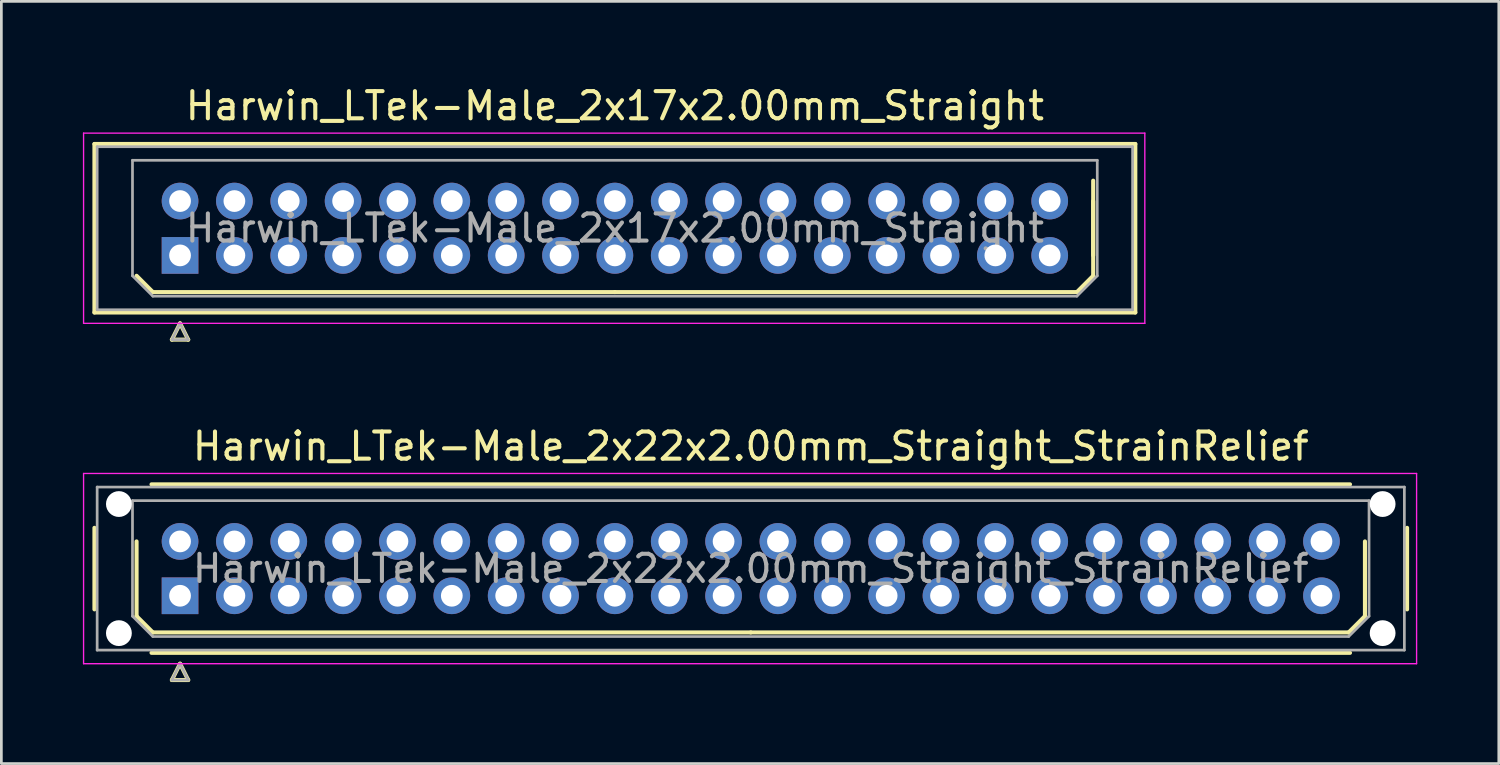
<source format=kicad_pcb>
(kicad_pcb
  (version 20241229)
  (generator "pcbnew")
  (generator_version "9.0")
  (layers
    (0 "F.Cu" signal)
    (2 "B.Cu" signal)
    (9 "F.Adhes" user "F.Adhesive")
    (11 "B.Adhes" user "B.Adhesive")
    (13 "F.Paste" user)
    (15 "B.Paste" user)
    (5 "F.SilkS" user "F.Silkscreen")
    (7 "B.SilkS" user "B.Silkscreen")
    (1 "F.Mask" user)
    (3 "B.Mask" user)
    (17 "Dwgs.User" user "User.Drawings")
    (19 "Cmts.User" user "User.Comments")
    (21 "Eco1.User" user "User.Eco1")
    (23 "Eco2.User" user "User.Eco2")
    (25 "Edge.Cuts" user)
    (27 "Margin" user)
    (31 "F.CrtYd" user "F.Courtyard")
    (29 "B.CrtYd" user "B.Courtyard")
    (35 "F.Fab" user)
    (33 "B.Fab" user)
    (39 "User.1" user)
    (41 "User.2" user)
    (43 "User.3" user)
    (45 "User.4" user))
  (footprint "Harwin_LTek-Male_2x22x2.00mm_Straight_StrainRelief"
    (layer "F.Cu")
    (at 3.575 18.872)
    (property "Reference" "Harwin_LTek-Male_2x22x2.00mm_Straight_StrainRelief" (at 21 -5.5 0) (layer "F.SilkS") (effects (font (size 1 1) (thickness 0.15))))
    (attr through_hole)
    (fp_line (start -3.15 -2.5) (end -3.15 0.5) (stroke (width 0.15) (type solid)) (layer "F.SilkS"))
    (fp_line (start -1.6 -2) (end -1.6 0.75) (stroke (width 0.15) (type solid)) (layer "F.SilkS"))
    (fp_line (start -1.6 0.75) (end -1 1.35) (stroke (width 0.15) (type solid)) (layer "F.SilkS"))
    (fp_line (start -1.05 -4.1) (end 43.05 -4.1) (stroke (width 0.15) (type solid)) (layer "F.SilkS"))
    (fp_line (start -1.05 2.1) (end 43.05 2.1) (stroke (width 0.15) (type solid)) (layer "F.SilkS"))
    (fp_line (start -1 1.35) (end 21 1.35) (stroke (width 0.15) (type solid)) (layer "F.SilkS"))
    (fp_line (start -0.3 3.1) (end 0.3 3.1) (stroke (width 0.15) (type solid)) (layer "F.SilkS"))
    (fp_line (start 0 2.5) (end -0.3 3.1) (stroke (width 0.15) (type solid)) (layer "F.SilkS"))
    (fp_line (start 0.3 3.1) (end 0 2.5) (stroke (width 0.15) (type solid)) (layer "F.SilkS"))
    (fp_line (start 43 1.35) (end 21 1.35) (stroke (width 0.15) (type solid)) (layer "F.SilkS"))
    (fp_line (start 43.6 -2) (end 43.6 0.75) (stroke (width 0.15) (type solid)) (layer "F.SilkS"))
    (fp_line (start 43.6 0.75) (end 43 1.35) (stroke (width 0.15) (type solid)) (layer "F.SilkS"))
    (fp_line (start 45.15 -2.5) (end 45.15 0.5) (stroke (width 0.15) (type solid)) (layer "F.SilkS"))
    (fp_line (start -3.55 -4.5) (end -3.55 2.5) (stroke (width 0.05) (type solid)) (layer "F.CrtYd"))
    (fp_line (start -3.55 2.5) (end 45.5 2.5) (stroke (width 0.05) (type solid)) (layer "F.CrtYd"))
    (fp_line (start 45.5 -4.5) (end -3.55 -4.5) (stroke (width 0.05) (type solid)) (layer "F.CrtYd"))
    (fp_line (start 45.5 2.5) (end 45.5 -4.5) (stroke (width 0.05) (type solid)) (layer "F.CrtYd"))
    (fp_line (start -3.05 -4) (end -3.05 2) (stroke (width 0.1) (type solid)) (layer "F.Fab"))
    (fp_line (start -3.05 2) (end 45.05 2) (stroke (width 0.1) (type solid)) (layer "F.Fab"))
    (fp_line (start -1.75 -3.5) (end 43.75 -3.5) (stroke (width 0.1) (type solid)) (layer "F.Fab"))
    (fp_line (start -1.75 0.75) (end -1.75 -3.5) (stroke (width 0.1) (type solid)) (layer "F.Fab"))
    (fp_line (start -1 1.5) (end -1.75 0.75) (stroke (width 0.1) (type solid)) (layer "F.Fab"))
    (fp_line (start -0.3 3.1) (end 0.3 3.1) (stroke (width 0.1) (type solid)) (layer "F.Fab"))
    (fp_line (start 0 2.5) (end -0.3 3.1) (stroke (width 0.1) (type solid)) (layer "F.Fab"))
    (fp_line (start 0.3 3.1) (end 0 2.5) (stroke (width 0.1) (type solid)) (layer "F.Fab"))
    (fp_line (start 43 1.5) (end -1 1.5) (stroke (width 0.1) (type solid)) (layer "F.Fab"))
    (fp_line (start 43.75 -3.5) (end 43.75 0.75) (stroke (width 0.1) (type solid)) (layer "F.Fab"))
    (fp_line (start 43.75 0.75) (end 43 1.5) (stroke (width 0.1) (type solid)) (layer "F.Fab"))
    (fp_line (start 45.05 -4) (end -3.05 -4) (stroke (width 0.1) (type solid)) (layer "F.Fab"))
    (fp_line (start 45.05 2) (end 45.05 -4) (stroke (width 0.1) (type solid)) (layer "F.Fab"))
    (fp_text user "${REFERENCE}" (at 21 -1 0) (layer "F.Fab") (effects (font (size 1 1) (thickness 0.15))))
    (pad "" np_thru_hole circle (at -2.25 -3.375) (size 0.95 0.95) (drill 0.95) (layers "*.Cu" "*.Mask"))
    (pad "" np_thru_hole circle (at -2.25 1.375) (size 0.95 0.95) (drill 0.95) (layers "*.Cu" "*.Mask"))
    (pad "" np_thru_hole circle (at 44.25 -3.375) (size 0.95 0.95) (drill 0.95) (layers "*.Cu" "*.Mask"))
    (pad "" np_thru_hole circle (at 44.25 1.375) (size 0.95 0.95) (drill 0.95) (layers "*.Cu" "*.Mask"))
    (pad "1" thru_hole rect (at 0 0) (size 1.35 1.35) (drill 0.8) (layers "*.Cu" "*.Mask"))
    (pad "2" thru_hole circle (at 2 0) (size 1.35 1.35) (drill 0.8) (layers "*.Cu" "*.Mask"))
    (pad "3" thru_hole circle (at 4 0) (size 1.35 1.35) (drill 0.8) (layers "*.Cu" "*.Mask"))
    (pad "4" thru_hole circle (at 6 0) (size 1.35 1.35) (drill 0.8) (layers "*.Cu" "*.Mask"))
    (pad "5" thru_hole circle (at 8 0) (size 1.35 1.35) (drill 0.8) (layers "*.Cu" "*.Mask"))
    (pad "6" thru_hole circle (at 10 0) (size 1.35 1.35) (drill 0.8) (layers "*.Cu" "*.Mask"))
    (pad "7" thru_hole circle (at 12 0) (size 1.35 1.35) (drill 0.8) (layers "*.Cu" "*.Mask"))
    (pad "8" thru_hole circle (at 14 0) (size 1.35 1.35) (drill 0.8) (layers "*.Cu" "*.Mask"))
    (pad "9" thru_hole circle (at 16 0) (size 1.35 1.35) (drill 0.8) (layers "*.Cu" "*.Mask"))
    (pad "10" thru_hole circle (at 18 0) (size 1.35 1.35) (drill 0.8) (layers "*.Cu" "*.Mask"))
    (pad "11" thru_hole circle (at 20 0) (size 1.35 1.35) (drill 0.8) (layers "*.Cu" "*.Mask"))
    (pad "12" thru_hole circle (at 22 0) (size 1.35 1.35) (drill 0.8) (layers "*.Cu" "*.Mask"))
    (pad "13" thru_hole circle (at 24 0) (size 1.35 1.35) (drill 0.8) (layers "*.Cu" "*.Mask"))
    (pad "14" thru_hole circle (at 26 0) (size 1.35 1.35) (drill 0.8) (layers "*.Cu" "*.Mask"))
    (pad "15" thru_hole circle (at 28 0) (size 1.35 1.35) (drill 0.8) (layers "*.Cu" "*.Mask"))
    (pad "16" thru_hole circle (at 30 0) (size 1.35 1.35) (drill 0.8) (layers "*.Cu" "*.Mask"))
    (pad "17" thru_hole circle (at 32 0) (size 1.35 1.35) (drill 0.8) (layers "*.Cu" "*.Mask"))
    (pad "18" thru_hole circle (at 34 0) (size 1.35 1.35) (drill 0.8) (layers "*.Cu" "*.Mask"))
    (pad "19" thru_hole circle (at 36 0) (size 1.35 1.35) (drill 0.8) (layers "*.Cu" "*.Mask"))
    (pad "20" thru_hole circle (at 38 0) (size 1.35 1.35) (drill 0.8) (layers "*.Cu" "*.Mask"))
    (pad "21" thru_hole circle (at 40 0) (size 1.35 1.35) (drill 0.8) (layers "*.Cu" "*.Mask"))
    (pad "22" thru_hole circle (at 42 0) (size 1.35 1.35) (drill 0.8) (layers "*.Cu" "*.Mask"))
    (pad "23" thru_hole circle (at 0 -2) (size 1.35 1.35) (drill 0.8) (layers "*.Cu" "*.Mask"))
    (pad "24" thru_hole circle (at 2 -2) (size 1.35 1.35) (drill 0.8) (layers "*.Cu" "*.Mask"))
    (pad "25" thru_hole circle (at 4 -2) (size 1.35 1.35) (drill 0.8) (layers "*.Cu" "*.Mask"))
    (pad "26" thru_hole circle (at 6 -2) (size 1.35 1.35) (drill 0.8) (layers "*.Cu" "*.Mask"))
    (pad "27" thru_hole circle (at 8 -2) (size 1.35 1.35) (drill 0.8) (layers "*.Cu" "*.Mask"))
    (pad "28" thru_hole circle (at 10 -2) (size 1.35 1.35) (drill 0.8) (layers "*.Cu" "*.Mask"))
    (pad "29" thru_hole circle (at 12 -2) (size 1.35 1.35) (drill 0.8) (layers "*.Cu" "*.Mask"))
    (pad "30" thru_hole circle (at 14 -2) (size 1.35 1.35) (drill 0.8) (layers "*.Cu" "*.Mask"))
    (pad "31" thru_hole circle (at 16 -2) (size 1.35 1.35) (drill 0.8) (layers "*.Cu" "*.Mask"))
    (pad "32" thru_hole circle (at 18 -2) (size 1.35 1.35) (drill 0.8) (layers "*.Cu" "*.Mask"))
    (pad "33" thru_hole circle (at 20 -2) (size 1.35 1.35) (drill 0.8) (layers "*.Cu" "*.Mask"))
    (pad "34" thru_hole circle (at 22 -2) (size 1.35 1.35) (drill 0.8) (layers "*.Cu" "*.Mask"))
    (pad "35" thru_hole circle (at 24 -2) (size 1.35 1.35) (drill 0.8) (layers "*.Cu" "*.Mask"))
    (pad "36" thru_hole circle (at 26 -2) (size 1.35 1.35) (drill 0.8) (layers "*.Cu" "*.Mask"))
    (pad "37" thru_hole circle (at 28 -2) (size 1.35 1.35) (drill 0.8) (layers "*.Cu" "*.Mask"))
    (pad "38" thru_hole circle (at 30 -2) (size 1.35 1.35) (drill 0.8) (layers "*.Cu" "*.Mask"))
    (pad "39" thru_hole circle (at 32 -2) (size 1.35 1.35) (drill 0.8) (layers "*.Cu" "*.Mask"))
    (pad "40" thru_hole circle (at 34 -2) (size 1.35 1.35) (drill 0.8) (layers "*.Cu" "*.Mask"))
    (pad "41" thru_hole circle (at 36 -2) (size 1.35 1.35) (drill 0.8) (layers "*.Cu" "*.Mask"))
    (pad "42" thru_hole circle (at 38 -2) (size 1.35 1.35) (drill 0.8) (layers "*.Cu" "*.Mask"))
    (pad "43" thru_hole circle (at 40 -2) (size 1.35 1.35) (drill 0.8) (layers "*.Cu" "*.Mask"))
    (pad "44" thru_hole circle (at 42 -2) (size 1.35 1.35) (drill 0.8) (layers "*.Cu" "*.Mask")))
  (footprint "Harwin_LTek-Male_2x17x2.00mm_Straight"
    (layer "F.Cu")
    (at 3.575 6.348)
    (property "Reference" "Harwin_LTek-Male_2x17x2.00mm_Straight" (at 16 -5.5 0) (layer "F.SilkS") (effects (font (size 1 1) (thickness 0.15))))
    (attr through_hole)
    (fp_line (start -3.15 -4.1) (end -3.15 2.1) (stroke (width 0.15) (type solid)) (layer "F.SilkS"))
    (fp_line (start -3.15 2.1) (end 35.15 2.1) (stroke (width 0.15) (type solid)) (layer "F.SilkS"))
    (fp_line (start -1.6 0.75) (end -1 1.35) (stroke (width 0.15) (type solid)) (layer "F.SilkS"))
    (fp_line (start -1 1.35) (end 16 1.35) (stroke (width 0.15) (type solid)) (layer "F.SilkS"))
    (fp_line (start -0.3 3.1) (end 0.3 3.1) (stroke (width 0.15) (type solid)) (layer "F.SilkS"))
    (fp_line (start 0 2.5) (end -0.3 3.1) (stroke (width 0.15) (type solid)) (layer "F.SilkS"))
    (fp_line (start 0.3 3.1) (end 0 2.5) (stroke (width 0.15) (type solid)) (layer "F.SilkS"))
    (fp_line (start 33 1.35) (end 16 1.35) (stroke (width 0.15) (type solid)) (layer "F.SilkS"))
    (fp_line (start 33.6 -2) (end 33.6 0.75) (stroke (width 0.15) (type solid)) (layer "F.SilkS"))
    (fp_line (start 33.6 0) (end 33.6 -2.75) (stroke (width 0.15) (type solid)) (layer "F.SilkS"))
    (fp_line (start 33.6 0.75) (end 33 1.35) (stroke (width 0.15) (type solid)) (layer "F.SilkS"))
    (fp_line (start 35.15 -4.1) (end -3.15 -4.1) (stroke (width 0.15) (type solid)) (layer "F.SilkS"))
    (fp_line (start 35.15 2.1) (end 35.15 -4.1) (stroke (width 0.15) (type solid)) (layer "F.SilkS"))
    (fp_line (start -3.55 -4.5) (end -3.55 2.5) (stroke (width 0.05) (type solid)) (layer "F.CrtYd"))
    (fp_line (start -3.55 2.5) (end 35.5 2.5) (stroke (width 0.05) (type solid)) (layer "F.CrtYd"))
    (fp_line (start 35.5 -4.5) (end -3.55 -4.5) (stroke (width 0.05) (type solid)) (layer "F.CrtYd"))
    (fp_line (start 35.5 2.5) (end 35.5 -4.5) (stroke (width 0.05) (type solid)) (layer "F.CrtYd"))
    (fp_line (start -3.05 -4) (end -3.05 2) (stroke (width 0.1) (type solid)) (layer "F.Fab"))
    (fp_line (start -3.05 2) (end 35.05 2) (stroke (width 0.1) (type solid)) (layer "F.Fab"))
    (fp_line (start -1.75 -3.5) (end 33.75 -3.5) (stroke (width 0.1) (type solid)) (layer "F.Fab"))
    (fp_line (start -1.75 0.75) (end -1.75 -3.5) (stroke (width 0.1) (type solid)) (layer "F.Fab"))
    (fp_line (start -1 1.5) (end -1.75 0.75) (stroke (width 0.1) (type solid)) (layer "F.Fab"))
    (fp_line (start -0.3 3.1) (end 0.3 3.1) (stroke (width 0.1) (type solid)) (layer "F.Fab"))
    (fp_line (start 0 2.5) (end -0.3 3.1) (stroke (width 0.1) (type solid)) (layer "F.Fab"))
    (fp_line (start 0.3 3.1) (end 0 2.5) (stroke (width 0.1) (type solid)) (layer "F.Fab"))
    (fp_line (start 33 1.5) (end -1 1.5) (stroke (width 0.1) (type solid)) (layer "F.Fab"))
    (fp_line (start 33.75 -3.5) (end 33.75 0.75) (stroke (width 0.1) (type solid)) (layer "F.Fab"))
    (fp_line (start 33.75 0.75) (end 33 1.5) (stroke (width 0.1) (type solid)) (layer "F.Fab"))
    (fp_line (start 35.05 -4) (end -3.05 -4) (stroke (width 0.1) (type solid)) (layer "F.Fab"))
    (fp_line (start 35.05 2) (end 35.05 -4) (stroke (width 0.1) (type solid)) (layer "F.Fab"))
    (fp_text user "${REFERENCE}" (at 16 -1 0) (layer "F.Fab") (effects (font (size 1 1) (thickness 0.15))))
    (pad "1" thru_hole rect (at 0 0) (size 1.35 1.35) (drill 0.8) (layers "*.Cu" "*.Mask"))
    (pad "2" thru_hole circle (at 2 0) (size 1.35 1.35) (drill 0.8) (layers "*.Cu" "*.Mask"))
    (pad "3" thru_hole circle (at 4 0) (size 1.35 1.35) (drill 0.8) (layers "*.Cu" "*.Mask"))
    (pad "4" thru_hole circle (at 6 0) (size 1.35 1.35) (drill 0.8) (layers "*.Cu" "*.Mask"))
    (pad "5" thru_hole circle (at 8 0) (size 1.35 1.35) (drill 0.8) (layers "*.Cu" "*.Mask"))
    (pad "6" thru_hole circle (at 10 0) (size 1.35 1.35) (drill 0.8) (layers "*.Cu" "*.Mask"))
    (pad "7" thru_hole circle (at 12 0) (size 1.35 1.35) (drill 0.8) (layers "*.Cu" "*.Mask"))
    (pad "8" thru_hole circle (at 14 0) (size 1.35 1.35) (drill 0.8) (layers "*.Cu" "*.Mask"))
    (pad "9" thru_hole circle (at 16 0) (size 1.35 1.35) (drill 0.8) (layers "*.Cu" "*.Mask"))
    (pad "10" thru_hole circle (at 18 0) (size 1.35 1.35) (drill 0.8) (layers "*.Cu" "*.Mask"))
    (pad "11" thru_hole circle (at 20 0) (size 1.35 1.35) (drill 0.8) (layers "*.Cu" "*.Mask"))
    (pad "12" thru_hole circle (at 22 0) (size 1.35 1.35) (drill 0.8) (layers "*.Cu" "*.Mask"))
    (pad "13" thru_hole circle (at 24 0) (size 1.35 1.35) (drill 0.8) (layers "*.Cu" "*.Mask"))
    (pad "14" thru_hole circle (at 26 0) (size 1.35 1.35) (drill 0.8) (layers "*.Cu" "*.Mask"))
    (pad "15" thru_hole circle (at 28 0) (size 1.35 1.35) (drill 0.8) (layers "*.Cu" "*.Mask"))
    (pad "16" thru_hole circle (at 30 0) (size 1.35 1.35) (drill 0.8) (layers "*.Cu" "*.Mask"))
    (pad "17" thru_hole circle (at 32 0) (size 1.35 1.35) (drill 0.8) (layers "*.Cu" "*.Mask"))
    (pad "18" thru_hole circle (at 0 -2) (size 1.35 1.35) (drill 0.8) (layers "*.Cu" "*.Mask"))
    (pad "19" thru_hole circle (at 2 -2) (size 1.35 1.35) (drill 0.8) (layers "*.Cu" "*.Mask"))
    (pad "20" thru_hole circle (at 4 -2) (size 1.35 1.35) (drill 0.8) (layers "*.Cu" "*.Mask"))
    (pad "21" thru_hole circle (at 6 -2) (size 1.35 1.35) (drill 0.8) (layers "*.Cu" "*.Mask"))
    (pad "22" thru_hole circle (at 8 -2) (size 1.35 1.35) (drill 0.8) (layers "*.Cu" "*.Mask"))
    (pad "23" thru_hole circle (at 10 -2) (size 1.35 1.35) (drill 0.8) (layers "*.Cu" "*.Mask"))
    (pad "24" thru_hole circle (at 12 -2) (size 1.35 1.35) (drill 0.8) (layers "*.Cu" "*.Mask"))
    (pad "25" thru_hole circle (at 14 -2) (size 1.35 1.35) (drill 0.8) (layers "*.Cu" "*.Mask"))
    (pad "26" thru_hole circle (at 16 -2) (size 1.35 1.35) (drill 0.8) (layers "*.Cu" "*.Mask"))
    (pad "27" thru_hole circle (at 18 -2) (size 1.35 1.35) (drill 0.8) (layers "*.Cu" "*.Mask"))
    (pad "28" thru_hole circle (at 20 -2) (size 1.35 1.35) (drill 0.8) (layers "*.Cu" "*.Mask"))
    (pad "29" thru_hole circle (at 22 -2) (size 1.35 1.35) (drill 0.8) (layers "*.Cu" "*.Mask"))
    (pad "30" thru_hole circle (at 24 -2) (size 1.35 1.35) (drill 0.8) (layers "*.Cu" "*.Mask"))
    (pad "31" thru_hole circle (at 26 -2) (size 1.35 1.35) (drill 0.8) (layers "*.Cu" "*.Mask"))
    (pad "32" thru_hole circle (at 28 -2) (size 1.35 1.35) (drill 0.8) (layers "*.Cu" "*.Mask"))
    (pad "33" thru_hole circle (at 30 -2) (size 1.35 1.35) (drill 0.8) (layers "*.Cu" "*.Mask"))
    (pad "34" thru_hole circle (at 32 -2) (size 1.35 1.35) (drill 0.8) (layers "*.Cu" "*.Mask")))
  (gr_rect
    (start -3 -3)
    (end 52.1 25.047)
    (stroke (width 0.1) (type default))
    (fill no)
    (layer "Edge.Cuts")))
</source>
